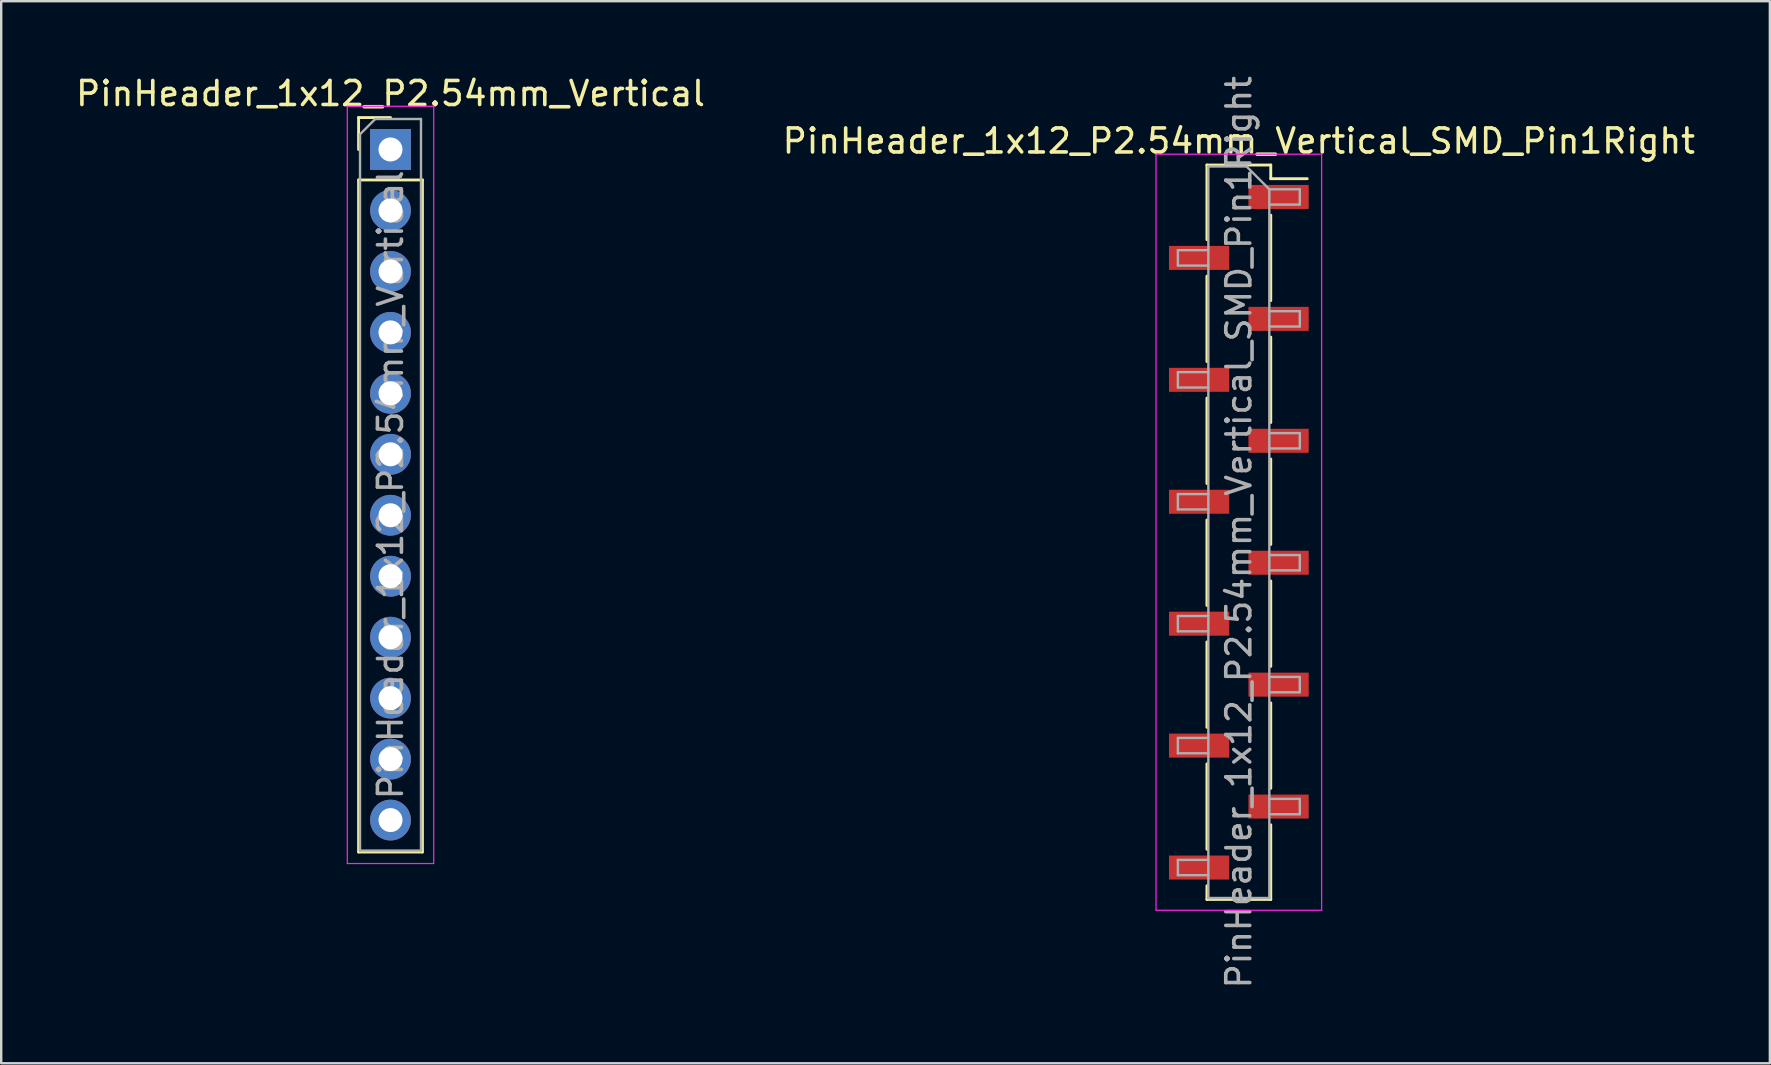
<source format=kicad_pcb>
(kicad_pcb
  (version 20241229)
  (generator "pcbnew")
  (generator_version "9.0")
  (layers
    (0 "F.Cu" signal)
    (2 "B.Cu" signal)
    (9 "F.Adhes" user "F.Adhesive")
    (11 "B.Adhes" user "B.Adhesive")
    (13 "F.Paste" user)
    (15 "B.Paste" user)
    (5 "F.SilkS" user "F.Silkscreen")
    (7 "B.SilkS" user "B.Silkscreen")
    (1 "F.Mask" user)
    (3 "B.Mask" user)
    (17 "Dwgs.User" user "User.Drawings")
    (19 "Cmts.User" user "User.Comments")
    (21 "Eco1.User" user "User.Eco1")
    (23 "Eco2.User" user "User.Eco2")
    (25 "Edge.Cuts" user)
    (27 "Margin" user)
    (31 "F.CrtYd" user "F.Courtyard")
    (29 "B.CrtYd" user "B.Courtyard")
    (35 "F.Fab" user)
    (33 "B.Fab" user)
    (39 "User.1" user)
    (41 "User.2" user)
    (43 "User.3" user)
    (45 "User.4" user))
  (footprint "PinHeader_1x12_P2.54mm_Vertical_SMD_Pin1Right"
    (layer "F.Cu")
    (at 48.565 19.125)
    (property "Reference" "PinHeader_1x12_P2.54mm_Vertical_SMD_Pin1Right" (at 0 -16.3 0) (layer "F.SilkS") (effects (font (size 1 1) (thickness 0.15))))
    (attr smd)
    (fp_line (start -1.33 -15.3) (end -1.33 -12.19) (stroke (width 0.12) (type solid)) (layer "F.SilkS"))
    (fp_line (start -1.33 -15.3) (end 1.33 -15.3) (stroke (width 0.12) (type solid)) (layer "F.SilkS"))
    (fp_line (start -1.33 -10.67) (end -1.33 -7.11) (stroke (width 0.12) (type solid)) (layer "F.SilkS"))
    (fp_line (start -1.33 -5.59) (end -1.33 -2.03) (stroke (width 0.12) (type solid)) (layer "F.SilkS"))
    (fp_line (start -1.33 -0.51) (end -1.33 3.05) (stroke (width 0.12) (type solid)) (layer "F.SilkS"))
    (fp_line (start -1.33 4.57) (end -1.33 8.13) (stroke (width 0.12) (type solid)) (layer "F.SilkS"))
    (fp_line (start -1.33 9.65) (end -1.33 13.21) (stroke (width 0.12) (type solid)) (layer "F.SilkS"))
    (fp_line (start -1.33 14.73) (end -1.33 15.3) (stroke (width 0.12) (type solid)) (layer "F.SilkS"))
    (fp_line (start -1.33 15.3) (end 1.33 15.3) (stroke (width 0.12) (type solid)) (layer "F.SilkS"))
    (fp_line (start 1.33 -15.3) (end 1.33 -14.73) (stroke (width 0.12) (type solid)) (layer "F.SilkS"))
    (fp_line (start 1.33 -14.73) (end 2.85 -14.73) (stroke (width 0.12) (type solid)) (layer "F.SilkS"))
    (fp_line (start 1.33 -13.21) (end 1.33 -9.65) (stroke (width 0.12) (type solid)) (layer "F.SilkS"))
    (fp_line (start 1.33 -8.13) (end 1.33 -4.57) (stroke (width 0.12) (type solid)) (layer "F.SilkS"))
    (fp_line (start 1.33 -3.05) (end 1.33 0.51) (stroke (width 0.12) (type solid)) (layer "F.SilkS"))
    (fp_line (start 1.33 2.03) (end 1.33 5.59) (stroke (width 0.12) (type solid)) (layer "F.SilkS"))
    (fp_line (start 1.33 7.11) (end 1.33 10.67) (stroke (width 0.12) (type solid)) (layer "F.SilkS"))
    (fp_line (start 1.33 12.19) (end 1.33 15.3) (stroke (width 0.12) (type solid)) (layer "F.SilkS"))
    (fp_line (start -3.45 -15.75) (end -3.45 15.75) (stroke (width 0.05) (type solid)) (layer "F.CrtYd"))
    (fp_line (start -3.45 15.75) (end 3.45 15.75) (stroke (width 0.05) (type solid)) (layer "F.CrtYd"))
    (fp_line (start 3.45 -15.75) (end -3.45 -15.75) (stroke (width 0.05) (type solid)) (layer "F.CrtYd"))
    (fp_line (start 3.45 15.75) (end 3.45 -15.75) (stroke (width 0.05) (type solid)) (layer "F.CrtYd"))
    (fp_line (start -2.54 -11.75) (end -2.54 -11.11) (stroke (width 0.1) (type solid)) (layer "F.Fab"))
    (fp_line (start -2.54 -11.11) (end -1.27 -11.11) (stroke (width 0.1) (type solid)) (layer "F.Fab"))
    (fp_line (start -2.54 -6.67) (end -2.54 -6.03) (stroke (width 0.1) (type solid)) (layer "F.Fab"))
    (fp_line (start -2.54 -6.03) (end -1.27 -6.03) (stroke (width 0.1) (type solid)) (layer "F.Fab"))
    (fp_line (start -2.54 -1.59) (end -2.54 -0.95) (stroke (width 0.1) (type solid)) (layer "F.Fab"))
    (fp_line (start -2.54 -0.95) (end -1.27 -0.95) (stroke (width 0.1) (type solid)) (layer "F.Fab"))
    (fp_line (start -2.54 3.49) (end -2.54 4.13) (stroke (width 0.1) (type solid)) (layer "F.Fab"))
    (fp_line (start -2.54 4.13) (end -1.27 4.13) (stroke (width 0.1) (type solid)) (layer "F.Fab"))
    (fp_line (start -2.54 8.57) (end -2.54 9.21) (stroke (width 0.1) (type solid)) (layer "F.Fab"))
    (fp_line (start -2.54 9.21) (end -1.27 9.21) (stroke (width 0.1) (type solid)) (layer "F.Fab"))
    (fp_line (start -2.54 13.65) (end -2.54 14.29) (stroke (width 0.1) (type solid)) (layer "F.Fab"))
    (fp_line (start -2.54 14.29) (end -1.27 14.29) (stroke (width 0.1) (type solid)) (layer "F.Fab"))
    (fp_line (start -1.27 -15.24) (end -1.27 15.24) (stroke (width 0.1) (type solid)) (layer "F.Fab"))
    (fp_line (start -1.27 -15.24) (end 0.32 -15.24) (stroke (width 0.1) (type solid)) (layer "F.Fab"))
    (fp_line (start -1.27 -11.75) (end -2.54 -11.75) (stroke (width 0.1) (type solid)) (layer "F.Fab"))
    (fp_line (start -1.27 -6.67) (end -2.54 -6.67) (stroke (width 0.1) (type solid)) (layer "F.Fab"))
    (fp_line (start -1.27 -1.59) (end -2.54 -1.59) (stroke (width 0.1) (type solid)) (layer "F.Fab"))
    (fp_line (start -1.27 3.49) (end -2.54 3.49) (stroke (width 0.1) (type solid)) (layer "F.Fab"))
    (fp_line (start -1.27 8.57) (end -2.54 8.57) (stroke (width 0.1) (type solid)) (layer "F.Fab"))
    (fp_line (start -1.27 13.65) (end -2.54 13.65) (stroke (width 0.1) (type solid)) (layer "F.Fab"))
    (fp_line (start 1.27 -14.29) (end 0.32 -15.24) (stroke (width 0.1) (type solid)) (layer "F.Fab"))
    (fp_line (start 1.27 -14.29) (end 2.54 -14.29) (stroke (width 0.1) (type solid)) (layer "F.Fab"))
    (fp_line (start 1.27 -9.21) (end 2.54 -9.21) (stroke (width 0.1) (type solid)) (layer "F.Fab"))
    (fp_line (start 1.27 -4.13) (end 2.54 -4.13) (stroke (width 0.1) (type solid)) (layer "F.Fab"))
    (fp_line (start 1.27 0.95) (end 2.54 0.95) (stroke (width 0.1) (type solid)) (layer "F.Fab"))
    (fp_line (start 1.27 6.03) (end 2.54 6.03) (stroke (width 0.1) (type solid)) (layer "F.Fab"))
    (fp_line (start 1.27 11.11) (end 2.54 11.11) (stroke (width 0.1) (type solid)) (layer "F.Fab"))
    (fp_line (start 1.27 15.24) (end -1.27 15.24) (stroke (width 0.1) (type solid)) (layer "F.Fab"))
    (fp_line (start 1.27 15.24) (end 1.27 -14.29) (stroke (width 0.1) (type solid)) (layer "F.Fab"))
    (fp_line (start 2.54 -14.29) (end 2.54 -13.65) (stroke (width 0.1) (type solid)) (layer "F.Fab"))
    (fp_line (start 2.54 -13.65) (end 1.27 -13.65) (stroke (width 0.1) (type solid)) (layer "F.Fab"))
    (fp_line (start 2.54 -9.21) (end 2.54 -8.57) (stroke (width 0.1) (type solid)) (layer "F.Fab"))
    (fp_line (start 2.54 -8.57) (end 1.27 -8.57) (stroke (width 0.1) (type solid)) (layer "F.Fab"))
    (fp_line (start 2.54 -4.13) (end 2.54 -3.49) (stroke (width 0.1) (type solid)) (layer "F.Fab"))
    (fp_line (start 2.54 -3.49) (end 1.27 -3.49) (stroke (width 0.1) (type solid)) (layer "F.Fab"))
    (fp_line (start 2.54 0.95) (end 2.54 1.59) (stroke (width 0.1) (type solid)) (layer "F.Fab"))
    (fp_line (start 2.54 1.59) (end 1.27 1.59) (stroke (width 0.1) (type solid)) (layer "F.Fab"))
    (fp_line (start 2.54 6.03) (end 2.54 6.67) (stroke (width 0.1) (type solid)) (layer "F.Fab"))
    (fp_line (start 2.54 6.67) (end 1.27 6.67) (stroke (width 0.1) (type solid)) (layer "F.Fab"))
    (fp_line (start 2.54 11.11) (end 2.54 11.75) (stroke (width 0.1) (type solid)) (layer "F.Fab"))
    (fp_line (start 2.54 11.75) (end 1.27 11.75) (stroke (width 0.1) (type solid)) (layer "F.Fab"))
    (fp_text user "${REFERENCE}" (at 0 0 90) (layer "F.Fab") (effects (font (size 1 1) (thickness 0.15))))
    (pad "1" smd rect (at 1.655 -13.97) (size 2.51 1) (layers "F.Cu" "F.Mask" "F.Paste"))
    (pad "2" smd rect (at -1.655 -11.43) (size 2.51 1) (layers "F.Cu" "F.Mask" "F.Paste"))
    (pad "3" smd rect (at 1.655 -8.89) (size 2.51 1) (layers "F.Cu" "F.Mask" "F.Paste"))
    (pad "4" smd rect (at -1.655 -6.35) (size 2.51 1) (layers "F.Cu" "F.Mask" "F.Paste"))
    (pad "5" smd rect (at 1.655 -3.81) (size 2.51 1) (layers "F.Cu" "F.Mask" "F.Paste"))
    (pad "6" smd rect (at -1.655 -1.27) (size 2.51 1) (layers "F.Cu" "F.Mask" "F.Paste"))
    (pad "7" smd rect (at 1.655 1.27) (size 2.51 1) (layers "F.Cu" "F.Mask" "F.Paste"))
    (pad "8" smd rect (at -1.655 3.81) (size 2.51 1) (layers "F.Cu" "F.Mask" "F.Paste"))
    (pad "9" smd rect (at 1.655 6.35) (size 2.51 1) (layers "F.Cu" "F.Mask" "F.Paste"))
    (pad "10" smd rect (at -1.655 8.89) (size 2.51 1) (layers "F.Cu" "F.Mask" "F.Paste"))
    (pad "11" smd rect (at 1.655 11.43) (size 2.51 1) (layers "F.Cu" "F.Mask" "F.Paste"))
    (pad "12" smd rect (at -1.655 13.97) (size 2.51 1) (layers "F.Cu" "F.Mask" "F.Paste")))
  (footprint "PinHeader_1x12_P2.54mm_Vertical"
    (layer "F.Cu")
    (at 13.22 3.178)
    (property "Reference" "PinHeader_1x12_P2.54mm_Vertical" (at 0 -2.33 0) (layer "F.SilkS") (effects (font (size 1 1) (thickness 0.15))))
    (attr through_hole)
    (fp_line (start -1.33 -1.33) (end 0 -1.33) (stroke (width 0.12) (type solid)) (layer "F.SilkS"))
    (fp_line (start -1.33 0) (end -1.33 -1.33) (stroke (width 0.12) (type solid)) (layer "F.SilkS"))
    (fp_line (start -1.33 1.27) (end -1.33 29.27) (stroke (width 0.12) (type solid)) (layer "F.SilkS"))
    (fp_line (start -1.33 1.27) (end 1.33 1.27) (stroke (width 0.12) (type solid)) (layer "F.SilkS"))
    (fp_line (start -1.33 29.27) (end 1.33 29.27) (stroke (width 0.12) (type solid)) (layer "F.SilkS"))
    (fp_line (start 1.33 1.27) (end 1.33 29.27) (stroke (width 0.12) (type solid)) (layer "F.SilkS"))
    (fp_line (start -1.8 -1.8) (end -1.8 29.75) (stroke (width 0.05) (type solid)) (layer "F.CrtYd"))
    (fp_line (start -1.8 29.75) (end 1.8 29.75) (stroke (width 0.05) (type solid)) (layer "F.CrtYd"))
    (fp_line (start 1.8 -1.8) (end -1.8 -1.8) (stroke (width 0.05) (type solid)) (layer "F.CrtYd"))
    (fp_line (start 1.8 29.75) (end 1.8 -1.8) (stroke (width 0.05) (type solid)) (layer "F.CrtYd"))
    (fp_line (start -1.27 -0.635) (end -0.635 -1.27) (stroke (width 0.1) (type solid)) (layer "F.Fab"))
    (fp_line (start -1.27 29.21) (end -1.27 -0.635) (stroke (width 0.1) (type solid)) (layer "F.Fab"))
    (fp_line (start -0.635 -1.27) (end 1.27 -1.27) (stroke (width 0.1) (type solid)) (layer "F.Fab"))
    (fp_line (start 1.27 -1.27) (end 1.27 29.21) (stroke (width 0.1) (type solid)) (layer "F.Fab"))
    (fp_line (start 1.27 29.21) (end -1.27 29.21) (stroke (width 0.1) (type solid)) (layer "F.Fab"))
    (fp_text user "${REFERENCE}" (at 0 13.97 90) (layer "F.Fab") (effects (font (size 1 1) (thickness 0.15))))
    (pad "1" thru_hole rect (at 0 0) (size 1.7 1.7) (drill 1) (layers "*.Cu" "*.Mask"))
    (pad "2" thru_hole oval (at 0 2.54) (size 1.7 1.7) (drill 1) (layers "*.Cu" "*.Mask"))
    (pad "3" thru_hole oval (at 0 5.08) (size 1.7 1.7) (drill 1) (layers "*.Cu" "*.Mask"))
    (pad "4" thru_hole oval (at 0 7.62) (size 1.7 1.7) (drill 1) (layers "*.Cu" "*.Mask"))
    (pad "5" thru_hole oval (at 0 10.16) (size 1.7 1.7) (drill 1) (layers "*.Cu" "*.Mask"))
    (pad "6" thru_hole oval (at 0 12.7) (size 1.7 1.7) (drill 1) (layers "*.Cu" "*.Mask"))
    (pad "7" thru_hole oval (at 0 15.24) (size 1.7 1.7) (drill 1) (layers "*.Cu" "*.Mask"))
    (pad "8" thru_hole oval (at 0 17.78) (size 1.7 1.7) (drill 1) (layers "*.Cu" "*.Mask"))
    (pad "9" thru_hole oval (at 0 20.32) (size 1.7 1.7) (drill 1) (layers "*.Cu" "*.Mask"))
    (pad "10" thru_hole oval (at 0 22.86) (size 1.7 1.7) (drill 1) (layers "*.Cu" "*.Mask"))
    (pad "11" thru_hole oval (at 0 25.4) (size 1.7 1.7) (drill 1) (layers "*.Cu" "*.Mask"))
    (pad "12" thru_hole oval (at 0 27.94) (size 1.7 1.7) (drill 1) (layers "*.Cu" "*.Mask")))
  (gr_rect
    (start -3 -3)
    (end 70.69 41.25)
    (stroke (width 0.1) (type default))
    (fill no)
    (layer "Edge.Cuts")))
</source>
